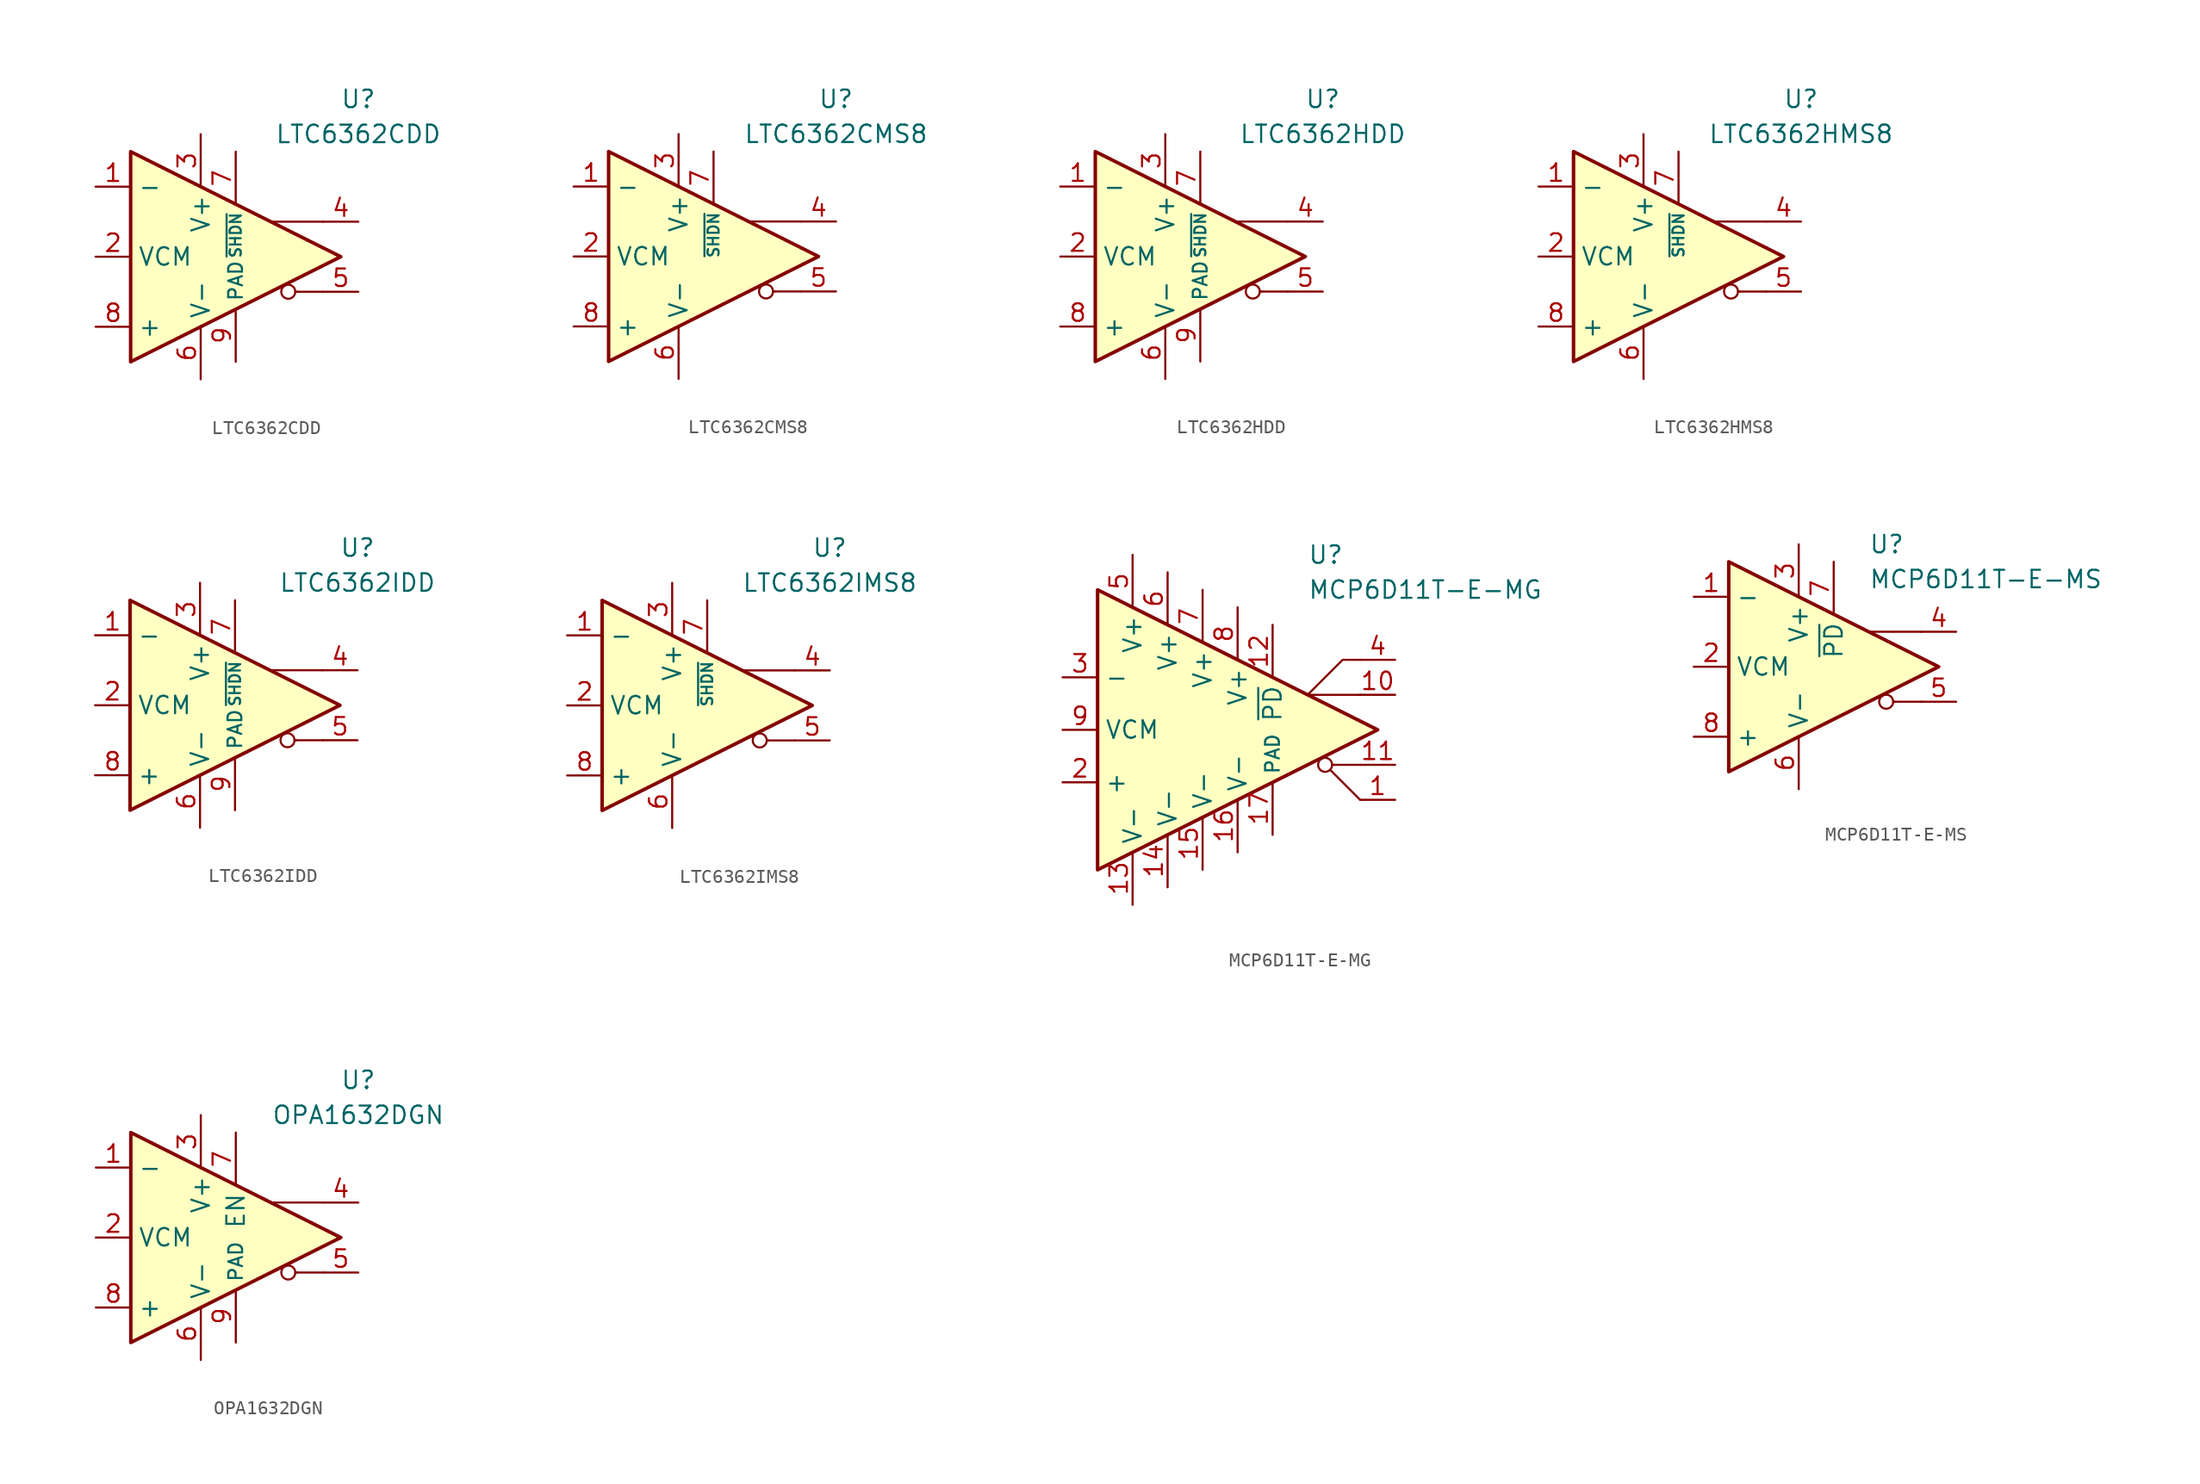
<source format=kicad_sym>
(kicad_symbol_lib
  (version 20231120)
  (generator "kicad_symbol_editor")
  (generator_version "8.0")
  (symbol "LTC6362CDD"
    (property "Reference" "U"
      (at 8.89 11.43 0)
      (effects (font (size 1.27 1.27))))
    (property "Value" "LTC6362CDD"
      (at 8.89 8.89 0)
      (effects (font (size 1.27 1.27))))
    (symbol "LTC6362CDD_0_0"
      (polyline (pts (xy 4.445 -2.54) (xy 4.318 -2.54)) (stroke (width 0.152) (type default)) (fill (type none)))
      (polyline (pts (xy 6.35 -2.54) (xy 4.445 -2.54)) (stroke (width 0.152) (type default)) (fill (type none)))
      (polyline (pts (xy 6.35 2.54) (xy 2.54 2.54)) (stroke (width 0.152) (type default)) (fill (type none)))
      (circle (center 3.81 -2.54) (radius 0.508) (stroke (width 0.152) (type default)) (fill (type none))))
    (symbol "LTC6362CDD_0_1"
      (polyline (pts (xy -7.62 7.62) (xy -7.62 -7.62) (xy 7.62 0) (xy -7.62 7.62)) (stroke (width 0.254) (type default)) (fill (type background))))
    (symbol "LTC6362CDD_1_1"
      (pin input line (at -10.16 5.08 0) (length 2.54) (name "-" (effects (font (size 1.27 1.27)))) (number "1" (effects (font (size 1.27 1.27)))))
      (pin input line (at -10.16 0 0) (length 2.54) (name "VCM" (effects (font (size 1.27 1.27)))) (number "2" (effects (font (size 1.27 1.27)))))
      (pin power_in line (at -2.54 8.89 270) (length 3.84) (name "V+" (effects (font (size 1.27 1.27)))) (number "3" (effects (font (size 1.27 1.27)))))
      (pin output line (at 8.89 2.54 180) (length 2.54) (name "~" (effects (font (size 1.27 1.27)))) (number "4" (effects (font (size 1.27 1.27)))))
      (pin output line (at 8.89 -2.54 180) (length 2.54) (name "~" (effects (font (size 1.27 1.27)))) (number "5" (effects (font (size 1.27 1.27)))))
      (pin power_in line (at -2.54 -8.89 90) (length 3.84) (name "V-" (effects (font (size 1.27 1.27)))) (number "6" (effects (font (size 1.27 1.27)))))
      (pin input line (at 0 7.62 270) (length 3.84) (name "~{SHDN}" (effects (font (size 0.8 0.8)))) (number "7" (effects (font (size 1.27 1.27)))))
      (pin input line (at -10.16 -5.08 0) (length 2.54) (name "+" (effects (font (size 1.27 1.27)))) (number "8" (effects (font (size 1.27 1.27)))))
      (pin power_in line (at 0 -7.62 90) (length 3.84) (name "PAD" (effects (font (size 1 1)))) (number "9" (effects (font (size 1.27 1.27)))))))
  (symbol "LTC6362CMS8"
    (property "Reference" "U"
      (at 8.89 11.43 0)
      (effects (font (size 1.27 1.27))))
    (property "Value" "LTC6362CMS8"
      (at 8.89 8.89 0)
      (effects (font (size 1.27 1.27))))
    (symbol "LTC6362CMS8_0_0"
      (polyline (pts (xy 4.445 -2.54) (xy 4.318 -2.54)) (stroke (width 0.152) (type default)) (fill (type none)))
      (polyline (pts (xy 6.35 -2.54) (xy 4.445 -2.54)) (stroke (width 0.152) (type default)) (fill (type none)))
      (polyline (pts (xy 6.35 2.54) (xy 2.54 2.54)) (stroke (width 0.152) (type default)) (fill (type none)))
      (circle (center 3.81 -2.54) (radius 0.508) (stroke (width 0.152) (type default)) (fill (type none))))
    (symbol "LTC6362CMS8_0_1"
      (polyline (pts (xy -7.62 7.62) (xy -7.62 -7.62) (xy 7.62 0) (xy -7.62 7.62)) (stroke (width 0.254) (type default)) (fill (type background))))
    (symbol "LTC6362CMS8_1_1"
      (pin input line (at -10.16 5.08 0) (length 2.54) (name "-" (effects (font (size 1.27 1.27)))) (number "1" (effects (font (size 1.27 1.27)))))
      (pin input line (at -10.16 0 0) (length 2.54) (name "VCM" (effects (font (size 1.27 1.27)))) (number "2" (effects (font (size 1.27 1.27)))))
      (pin power_in line (at -2.54 8.89 270) (length 3.84) (name "V+" (effects (font (size 1.27 1.27)))) (number "3" (effects (font (size 1.27 1.27)))))
      (pin output line (at 8.89 2.54 180) (length 2.54) (name "~" (effects (font (size 1.27 1.27)))) (number "4" (effects (font (size 1.27 1.27)))))
      (pin output line (at 8.89 -2.54 180) (length 2.54) (name "~" (effects (font (size 1.27 1.27)))) (number "5" (effects (font (size 1.27 1.27)))))
      (pin power_in line (at -2.54 -8.89 90) (length 3.84) (name "V-" (effects (font (size 1.27 1.27)))) (number "6" (effects (font (size 1.27 1.27)))))
      (pin input line (at 0 7.62 270) (length 3.84) (name "~{SHDN}" (effects (font (size 0.8 0.8)))) (number "7" (effects (font (size 1.27 1.27)))))
      (pin input line (at -10.16 -5.08 0) (length 2.54) (name "+" (effects (font (size 1.27 1.27)))) (number "8" (effects (font (size 1.27 1.27)))))))
  (symbol "LTC6362HDD"
    (property "Reference" "U"
      (at 8.89 11.43 0)
      (effects (font (size 1.27 1.27))))
    (property "Value" "LTC6362HDD"
      (at 8.89 8.89 0)
      (effects (font (size 1.27 1.27))))
    (symbol "LTC6362HDD_0_0"
      (polyline (pts (xy 4.445 -2.54) (xy 4.318 -2.54)) (stroke (width 0.152) (type default)) (fill (type none)))
      (polyline (pts (xy 6.35 -2.54) (xy 4.445 -2.54)) (stroke (width 0.152) (type default)) (fill (type none)))
      (polyline (pts (xy 6.35 2.54) (xy 2.54 2.54)) (stroke (width 0.152) (type default)) (fill (type none)))
      (circle (center 3.81 -2.54) (radius 0.508) (stroke (width 0.152) (type default)) (fill (type none))))
    (symbol "LTC6362HDD_0_1"
      (polyline (pts (xy -7.62 7.62) (xy -7.62 -7.62) (xy 7.62 0) (xy -7.62 7.62)) (stroke (width 0.254) (type default)) (fill (type background))))
    (symbol "LTC6362HDD_1_1"
      (pin input line (at -10.16 5.08 0) (length 2.54) (name "-" (effects (font (size 1.27 1.27)))) (number "1" (effects (font (size 1.27 1.27)))))
      (pin input line (at -10.16 0 0) (length 2.54) (name "VCM" (effects (font (size 1.27 1.27)))) (number "2" (effects (font (size 1.27 1.27)))))
      (pin power_in line (at -2.54 8.89 270) (length 3.84) (name "V+" (effects (font (size 1.27 1.27)))) (number "3" (effects (font (size 1.27 1.27)))))
      (pin output line (at 8.89 2.54 180) (length 2.54) (name "~" (effects (font (size 1.27 1.27)))) (number "4" (effects (font (size 1.27 1.27)))))
      (pin output line (at 8.89 -2.54 180) (length 2.54) (name "~" (effects (font (size 1.27 1.27)))) (number "5" (effects (font (size 1.27 1.27)))))
      (pin power_in line (at -2.54 -8.89 90) (length 3.84) (name "V-" (effects (font (size 1.27 1.27)))) (number "6" (effects (font (size 1.27 1.27)))))
      (pin input line (at 0 7.62 270) (length 3.84) (name "~{SHDN}" (effects (font (size 0.8 0.8)))) (number "7" (effects (font (size 1.27 1.27)))))
      (pin input line (at -10.16 -5.08 0) (length 2.54) (name "+" (effects (font (size 1.27 1.27)))) (number "8" (effects (font (size 1.27 1.27)))))
      (pin power_in line (at 0 -7.62 90) (length 3.84) (name "PAD" (effects (font (size 1 1)))) (number "9" (effects (font (size 1.27 1.27)))))))
  (symbol "LTC6362HMS8"
    (property "Reference" "U"
      (at 8.89 11.43 0)
      (effects (font (size 1.27 1.27))))
    (property "Value" "LTC6362HMS8"
      (at 8.89 8.89 0)
      (effects (font (size 1.27 1.27))))
    (symbol "LTC6362HMS8_0_0"
      (polyline (pts (xy 4.445 -2.54) (xy 4.318 -2.54)) (stroke (width 0.152) (type default)) (fill (type none)))
      (polyline (pts (xy 6.35 -2.54) (xy 4.445 -2.54)) (stroke (width 0.152) (type default)) (fill (type none)))
      (polyline (pts (xy 6.35 2.54) (xy 2.54 2.54)) (stroke (width 0.152) (type default)) (fill (type none)))
      (circle (center 3.81 -2.54) (radius 0.508) (stroke (width 0.152) (type default)) (fill (type none))))
    (symbol "LTC6362HMS8_0_1"
      (polyline (pts (xy -7.62 7.62) (xy -7.62 -7.62) (xy 7.62 0) (xy -7.62 7.62)) (stroke (width 0.254) (type default)) (fill (type background))))
    (symbol "LTC6362HMS8_1_1"
      (pin input line (at -10.16 5.08 0) (length 2.54) (name "-" (effects (font (size 1.27 1.27)))) (number "1" (effects (font (size 1.27 1.27)))))
      (pin input line (at -10.16 0 0) (length 2.54) (name "VCM" (effects (font (size 1.27 1.27)))) (number "2" (effects (font (size 1.27 1.27)))))
      (pin power_in line (at -2.54 8.89 270) (length 3.84) (name "V+" (effects (font (size 1.27 1.27)))) (number "3" (effects (font (size 1.27 1.27)))))
      (pin output line (at 8.89 2.54 180) (length 2.54) (name "~" (effects (font (size 1.27 1.27)))) (number "4" (effects (font (size 1.27 1.27)))))
      (pin output line (at 8.89 -2.54 180) (length 2.54) (name "~" (effects (font (size 1.27 1.27)))) (number "5" (effects (font (size 1.27 1.27)))))
      (pin power_in line (at -2.54 -8.89 90) (length 3.84) (name "V-" (effects (font (size 1.27 1.27)))) (number "6" (effects (font (size 1.27 1.27)))))
      (pin input line (at 0 7.62 270) (length 3.84) (name "~{SHDN}" (effects (font (size 0.8 0.8)))) (number "7" (effects (font (size 1.27 1.27)))))
      (pin input line (at -10.16 -5.08 0) (length 2.54) (name "+" (effects (font (size 1.27 1.27)))) (number "8" (effects (font (size 1.27 1.27)))))))
  (symbol "LTC6362IDD"
    (property "Reference" "U"
      (at 8.89 11.43 0)
      (effects (font (size 1.27 1.27))))
    (property "Value" "LTC6362IDD"
      (at 8.89 8.89 0)
      (effects (font (size 1.27 1.27))))
    (symbol "LTC6362IDD_0_0"
      (polyline (pts (xy 4.445 -2.54) (xy 4.318 -2.54)) (stroke (width 0.152) (type default)) (fill (type none)))
      (polyline (pts (xy 6.35 -2.54) (xy 4.445 -2.54)) (stroke (width 0.152) (type default)) (fill (type none)))
      (polyline (pts (xy 6.35 2.54) (xy 2.54 2.54)) (stroke (width 0.152) (type default)) (fill (type none)))
      (circle (center 3.81 -2.54) (radius 0.508) (stroke (width 0.152) (type default)) (fill (type none))))
    (symbol "LTC6362IDD_0_1"
      (polyline (pts (xy -7.62 7.62) (xy -7.62 -7.62) (xy 7.62 0) (xy -7.62 7.62)) (stroke (width 0.254) (type default)) (fill (type background))))
    (symbol "LTC6362IDD_1_1"
      (pin input line (at -10.16 5.08 0) (length 2.54) (name "-" (effects (font (size 1.27 1.27)))) (number "1" (effects (font (size 1.27 1.27)))))
      (pin input line (at -10.16 0 0) (length 2.54) (name "VCM" (effects (font (size 1.27 1.27)))) (number "2" (effects (font (size 1.27 1.27)))))
      (pin power_in line (at -2.54 8.89 270) (length 3.84) (name "V+" (effects (font (size 1.27 1.27)))) (number "3" (effects (font (size 1.27 1.27)))))
      (pin output line (at 8.89 2.54 180) (length 2.54) (name "~" (effects (font (size 1.27 1.27)))) (number "4" (effects (font (size 1.27 1.27)))))
      (pin output line (at 8.89 -2.54 180) (length 2.54) (name "~" (effects (font (size 1.27 1.27)))) (number "5" (effects (font (size 1.27 1.27)))))
      (pin power_in line (at -2.54 -8.89 90) (length 3.84) (name "V-" (effects (font (size 1.27 1.27)))) (number "6" (effects (font (size 1.27 1.27)))))
      (pin input line (at 0 7.62 270) (length 3.84) (name "~{SHDN}" (effects (font (size 0.8 0.8)))) (number "7" (effects (font (size 1.27 1.27)))))
      (pin input line (at -10.16 -5.08 0) (length 2.54) (name "+" (effects (font (size 1.27 1.27)))) (number "8" (effects (font (size 1.27 1.27)))))
      (pin power_in line (at 0 -7.62 90) (length 3.84) (name "PAD" (effects (font (size 1 1)))) (number "9" (effects (font (size 1.27 1.27)))))))
  (symbol "LTC6362IMS8"
    (property "Reference" "U"
      (at 8.89 11.43 0)
      (effects (font (size 1.27 1.27))))
    (property "Value" "LTC6362IMS8"
      (at 8.89 8.89 0)
      (effects (font (size 1.27 1.27))))
    (symbol "LTC6362IMS8_0_0"
      (polyline (pts (xy 4.445 -2.54) (xy 4.318 -2.54)) (stroke (width 0.152) (type default)) (fill (type none)))
      (polyline (pts (xy 6.35 -2.54) (xy 4.445 -2.54)) (stroke (width 0.152) (type default)) (fill (type none)))
      (polyline (pts (xy 6.35 2.54) (xy 2.54 2.54)) (stroke (width 0.152) (type default)) (fill (type none)))
      (circle (center 3.81 -2.54) (radius 0.508) (stroke (width 0.152) (type default)) (fill (type none))))
    (symbol "LTC6362IMS8_0_1"
      (polyline (pts (xy -7.62 7.62) (xy -7.62 -7.62) (xy 7.62 0) (xy -7.62 7.62)) (stroke (width 0.254) (type default)) (fill (type background))))
    (symbol "LTC6362IMS8_1_1"
      (pin input line (at -10.16 5.08 0) (length 2.54) (name "-" (effects (font (size 1.27 1.27)))) (number "1" (effects (font (size 1.27 1.27)))))
      (pin input line (at -10.16 0 0) (length 2.54) (name "VCM" (effects (font (size 1.27 1.27)))) (number "2" (effects (font (size 1.27 1.27)))))
      (pin power_in line (at -2.54 8.89 270) (length 3.84) (name "V+" (effects (font (size 1.27 1.27)))) (number "3" (effects (font (size 1.27 1.27)))))
      (pin output line (at 8.89 2.54 180) (length 2.54) (name "~" (effects (font (size 1.27 1.27)))) (number "4" (effects (font (size 1.27 1.27)))))
      (pin output line (at 8.89 -2.54 180) (length 2.54) (name "~" (effects (font (size 1.27 1.27)))) (number "5" (effects (font (size 1.27 1.27)))))
      (pin power_in line (at -2.54 -8.89 90) (length 3.84) (name "V-" (effects (font (size 1.27 1.27)))) (number "6" (effects (font (size 1.27 1.27)))))
      (pin input line (at 0 7.62 270) (length 3.84) (name "~{SHDN}" (effects (font (size 0.8 0.8)))) (number "7" (effects (font (size 1.27 1.27)))))
      (pin input line (at -10.16 -5.08 0) (length 2.54) (name "+" (effects (font (size 1.27 1.27)))) (number "8" (effects (font (size 1.27 1.27)))))))
  (symbol "MCP6D11T-E-MG"
    (property "Reference" "U"
      (at 7.62 12.7 0)
      (effects (font (size 1.27 1.27)) (justify left)))
    (property "Value" "MCP6D11T-E-MG"
      (at 7.62 10.16 0)
      (effects (font (size 1.27 1.27)) (justify left)))
    (symbol "MCP6D11T-E-MG_0_0"
      (polyline (pts (xy 9.525 -2.54) (xy 9.398 -2.54)) (stroke (width 0.152) (type default)) (fill (type none)))
      (polyline (pts (xy 11.43 -2.54) (xy 9.525 -2.54)) (stroke (width 0.152) (type default)) (fill (type none)))
      (polyline (pts (xy 11.43 2.54) (xy 7.62 2.54)) (stroke (width 0.152) (type default)) (fill (type none)))
      (circle (center 8.89 -2.54) (radius 0.508) (stroke (width 0.152) (type default)) (fill (type none))))
    (symbol "MCP6D11T-E-MG_0_1"
      (polyline (pts (xy 11.43 -5.08) (xy 9.271 -2.921)) (stroke (width 0.152) (type default)) (fill (type none)))
      (polyline (pts (xy 11.43 5.08) (xy 10.16 5.08) (xy 7.62 2.54)) (stroke (width 0.152) (type default)) (fill (type none)))
      (polyline (pts (xy -7.62 10.16) (xy -7.62 -10.16) (xy 12.7 0) (xy -7.62 10.16)) (stroke (width 0.254) (type default)) (fill (type background))))
    (symbol "MCP6D11T-E-MG_1_1"
      (pin output line (at 13.97 -5.08 180) (length 2.54) (name "~" (effects (font (size 1.27 1.27)))) (number "1" (effects (font (size 1.27 1.27)))))
      (pin output line (at 13.97 2.54 180) (length 2.54) (name "~" (effects (font (size 1.27 1.27)))) (number "10" (effects (font (size 1.27 1.27)))))
      (pin output line (at 13.97 -2.54 180) (length 2.54) (name "~" (effects (font (size 1.27 1.27)))) (number "11" (effects (font (size 1.27 1.27)))))
      (pin input line (at 5.08 7.62 270) (length 3.84) (name "~{PD}" (effects (font (size 1.27 1.27)))) (number "12" (effects (font (size 1.27 1.27)))))
      (pin power_in line (at -5.08 -12.7 90) (length 3.84) (name "V-" (effects (font (size 1.27 1.27)))) (number "13" (effects (font (size 1.27 1.27)))))
      (pin power_in line (at -2.54 -11.43 90) (length 3.84) (name "V-" (effects (font (size 1.27 1.27)))) (number "14" (effects (font (size 1.27 1.27)))))
      (pin power_in line (at 0 -10.16 90) (length 3.84) (name "V-" (effects (font (size 1.27 1.27)))) (number "15" (effects (font (size 1.27 1.27)))))
      (pin power_in line (at 2.54 -8.89 90) (length 3.84) (name "V-" (effects (font (size 1.27 1.27)))) (number "16" (effects (font (size 1.27 1.27)))))
      (pin power_in line (at 5.08 -7.62 90) (length 3.84) (name "PAD" (effects (font (size 1 1)))) (number "17" (effects (font (size 1.27 1.27)))))
      (pin input line (at -10.16 -3.81 0) (length 2.54) (name "+" (effects (font (size 1.27 1.27)))) (number "2" (effects (font (size 1.27 1.27)))))
      (pin input line (at -10.16 3.81 0) (length 2.54) (name "-" (effects (font (size 1.27 1.27)))) (number "3" (effects (font (size 1.27 1.27)))))
      (pin output line (at 13.97 5.08 180) (length 2.54) (name "~" (effects (font (size 1.27 1.27)))) (number "4" (effects (font (size 1.27 1.27)))))
      (pin power_in line (at -5.08 12.7 270) (length 3.84) (name "V+" (effects (font (size 1.27 1.27)))) (number "5" (effects (font (size 1.27 1.27)))))
      (pin power_in line (at -2.54 11.43 270) (length 3.84) (name "V+" (effects (font (size 1.27 1.27)))) (number "6" (effects (font (size 1.27 1.27)))))
      (pin power_in line (at 0 10.16 270) (length 3.84) (name "V+" (effects (font (size 1.27 1.27)))) (number "7" (effects (font (size 1.27 1.27)))))
      (pin power_in line (at 2.54 8.89 270) (length 3.84) (name "V+" (effects (font (size 1.27 1.27)))) (number "8" (effects (font (size 1.27 1.27)))))
      (pin input line (at -10.16 0 0) (length 2.54) (name "VCM" (effects (font (size 1.27 1.27)))) (number "9" (effects (font (size 1.27 1.27)))))))
  (symbol "MCP6D11T-E-MS"
    (property "Reference" "U"
      (at 2.54 8.89 0)
      (effects (font (size 1.27 1.27)) (justify left)))
    (property "Value" "MCP6D11T-E-MS"
      (at 2.54 6.35 0)
      (effects (font (size 1.27 1.27)) (justify left)))
    (symbol "MCP6D11T-E-MS_0_0"
      (polyline (pts (xy 4.445 -2.54) (xy 4.318 -2.54)) (stroke (width 0.152) (type default)) (fill (type none)))
      (polyline (pts (xy 6.35 -2.54) (xy 4.445 -2.54)) (stroke (width 0.152) (type default)) (fill (type none)))
      (polyline (pts (xy 6.35 2.54) (xy 2.54 2.54)) (stroke (width 0.152) (type default)) (fill (type none)))
      (circle (center 3.81 -2.54) (radius 0.508) (stroke (width 0.152) (type default)) (fill (type none))))
    (symbol "MCP6D11T-E-MS_0_1"
      (polyline (pts (xy -7.62 7.62) (xy -7.62 -7.62) (xy 7.62 0) (xy -7.62 7.62)) (stroke (width 0.254) (type default)) (fill (type background))))
    (symbol "MCP6D11T-E-MS_1_1"
      (pin input line (at -10.16 5.08 0) (length 2.54) (name "-" (effects (font (size 1.27 1.27)))) (number "1" (effects (font (size 1.27 1.27)))))
      (pin input line (at -10.16 0 0) (length 2.54) (name "VCM" (effects (font (size 1.27 1.27)))) (number "2" (effects (font (size 1.27 1.27)))))
      (pin power_in line (at -2.54 8.89 270) (length 3.84) (name "V+" (effects (font (size 1.27 1.27)))) (number "3" (effects (font (size 1.27 1.27)))))
      (pin output line (at 8.89 2.54 180) (length 2.54) (name "~" (effects (font (size 1.27 1.27)))) (number "4" (effects (font (size 1.27 1.27)))))
      (pin output line (at 8.89 -2.54 180) (length 2.54) (name "~" (effects (font (size 1.27 1.27)))) (number "5" (effects (font (size 1.27 1.27)))))
      (pin power_in line (at -2.54 -8.89 90) (length 3.84) (name "V-" (effects (font (size 1.27 1.27)))) (number "6" (effects (font (size 1.27 1.27)))))
      (pin input line (at 0 7.62 270) (length 3.84) (name "~{PD}" (effects (font (size 1.27 1.27)))) (number "7" (effects (font (size 1.27 1.27)))))
      (pin input line (at -10.16 -5.08 0) (length 2.54) (name "+" (effects (font (size 1.27 1.27)))) (number "8" (effects (font (size 1.27 1.27)))))))
  (symbol "OPA1632DGN"
    (property "Reference" "U"
      (at 8.89 11.43 0)
      (effects (font (size 1.27 1.27))))
    (property "Value" "OPA1632DGN"
      (at 8.89 8.89 0)
      (effects (font (size 1.27 1.27))))
    (symbol "OPA1632DGN_0_0"
      (polyline (pts (xy 4.445 -2.54) (xy 4.318 -2.54)) (stroke (width 0.152) (type default)) (fill (type none)))
      (polyline (pts (xy 6.35 -2.54) (xy 4.445 -2.54)) (stroke (width 0.152) (type default)) (fill (type none)))
      (polyline (pts (xy 6.35 2.54) (xy 2.54 2.54)) (stroke (width 0.152) (type default)) (fill (type none)))
      (circle (center 3.81 -2.54) (radius 0.508) (stroke (width 0.152) (type default)) (fill (type none))))
    (symbol "OPA1632DGN_0_1"
      (polyline (pts (xy -7.62 7.62) (xy -7.62 -7.62) (xy 7.62 0) (xy -7.62 7.62)) (stroke (width 0.254) (type default)) (fill (type background))))
    (symbol "OPA1632DGN_1_1"
      (pin input line (at -10.16 5.08 0) (length 2.54) (name "-" (effects (font (size 1.27 1.27)))) (number "1" (effects (font (size 1.27 1.27)))))
      (pin input line (at -10.16 0 0) (length 2.54) (name "VCM" (effects (font (size 1.27 1.27)))) (number "2" (effects (font (size 1.27 1.27)))))
      (pin power_in line (at -2.54 8.89 270) (length 3.84) (name "V+" (effects (font (size 1.27 1.27)))) (number "3" (effects (font (size 1.27 1.27)))))
      (pin output line (at 8.89 2.54 180) (length 2.54) (name "~" (effects (font (size 1.27 1.27)))) (number "4" (effects (font (size 1.27 1.27)))))
      (pin output line (at 8.89 -2.54 180) (length 2.54) (name "~" (effects (font (size 1.27 1.27)))) (number "5" (effects (font (size 1.27 1.27)))))
      (pin power_in line (at -2.54 -8.89 90) (length 3.84) (name "V-" (effects (font (size 1.27 1.27)))) (number "6" (effects (font (size 1.27 1.27)))))
      (pin input line (at 0 7.62 270) (length 3.84) (name "EN" (effects (font (size 1.27 1.27)))) (number "7" (effects (font (size 1.27 1.27)))))
      (pin input line (at -10.16 -5.08 0) (length 2.54) (name "+" (effects (font (size 1.27 1.27)))) (number "8" (effects (font (size 1.27 1.27)))))
      (pin power_in line (at 0 -7.62 90) (length 3.84) (name "PAD" (effects (font (size 1 1)))) (number "9" (effects (font (size 1.27 1.27))))))))
</source>
